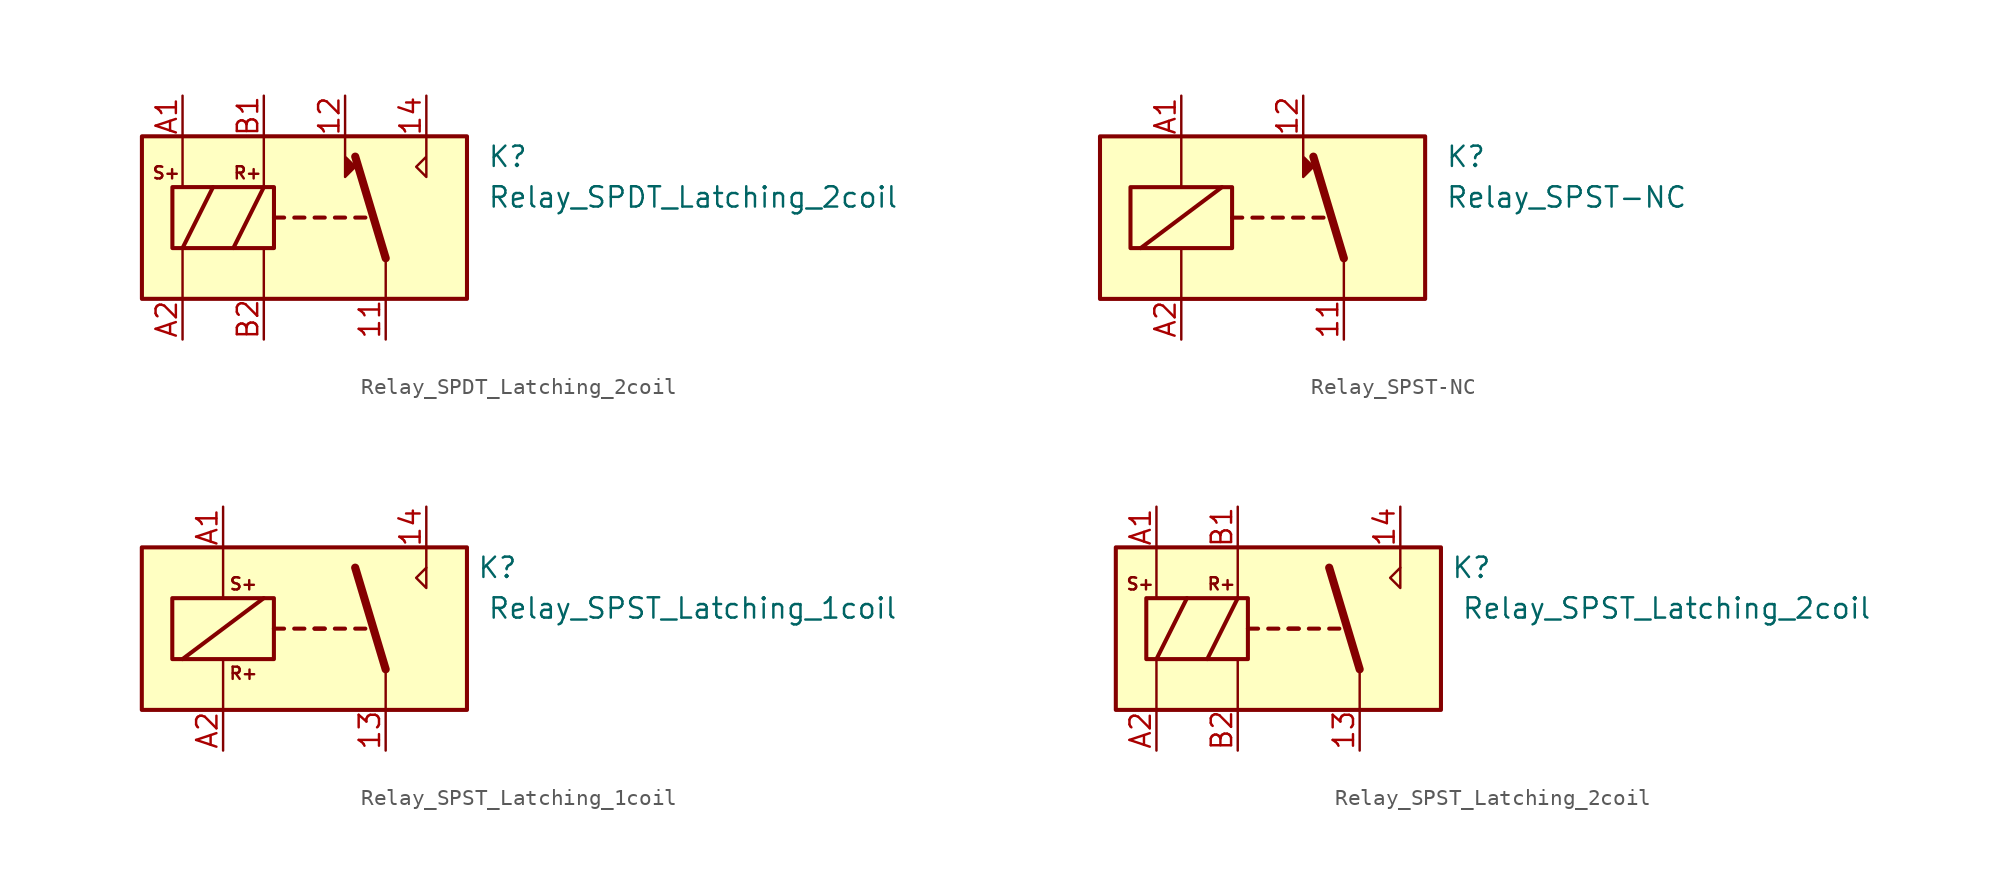
<source format=kicad_sym>
(kicad_symbol_lib
  (version 20231120)
  (generator "kicad_symbol_editor")
  (generator_version "8.0")
  (symbol "Relay_SPDT_Latching_2coil"
    (property "Reference" "K"
      (at 11.43 3.81 0)
      (effects (font (size 1.27 1.27)) (justify left)))
    (property "Value" "Relay_SPDT_Latching_2coil"
      (at 11.43 1.27 0)
      (effects (font (size 1.27 1.27)) (justify left)))
    (symbol "Relay_SPDT_Latching_2coil_0_0"
      (polyline (pts (xy 7.62 5.08) (xy 7.62 2.54) (xy 6.985 3.175) (xy 7.62 3.81)) (stroke (width 0) (type default)) (fill (type none))))
    (symbol "Relay_SPDT_Latching_2coil_0_1"
      (rectangle (start -8.255 1.905) (end -1.905 -1.905) (stroke (width 0.254) (type default)) (fill (type none)))
      (polyline (pts (xy -7.62 -5.08) (xy -7.62 -1.905)) (stroke (width 0) (type default)) (fill (type none)))
      (polyline (pts (xy -7.62 5.08) (xy -7.62 1.905)) (stroke (width 0) (type default)) (fill (type none)))
      (polyline (pts (xy -2.54 -5.08) (xy -2.54 -1.905)) (stroke (width 0) (type default)) (fill (type none)))
      (polyline (pts (xy -2.54 5.08) (xy -2.54 1.905)) (stroke (width 0) (type default)) (fill (type none)))
      (polyline (pts (xy -1.905 0) (xy -1.27 0)) (stroke (width 0.254) (type default)) (fill (type none)))
      (polyline (pts (xy -0.635 0) (xy 0 0)) (stroke (width 0.254) (type default)) (fill (type none)))
      (polyline (pts (xy 0.635 0) (xy 1.27 0)) (stroke (width 0.254) (type default)) (fill (type none)))
      (polyline (pts (xy 1.905 0) (xy 2.54 0)) (stroke (width 0.254) (type default)) (fill (type none)))
      (polyline (pts (xy 3.175 0) (xy 3.81 0)) (stroke (width 0.254) (type default)) (fill (type none)))
      (polyline (pts (xy 5.08 -2.54) (xy 3.175 3.81)) (stroke (width 0.508) (type default)) (fill (type none)))
      (polyline (pts (xy 5.08 -2.54) (xy 5.08 -5.08)) (stroke (width 0) (type default)) (fill (type none)))
      (polyline (pts (xy 2.54 5.08) (xy 2.54 2.54) (xy 3.175 3.175) (xy 2.54 3.81)) (stroke (width 0) (type default)) (fill (type outline))))
    (symbol "Relay_SPDT_Latching_2coil_1_0"
      (text "R+" (at -3.556 2.794 0) (effects (font (size 0.762 0.762))))
      (text "S+" (at -8.636 2.794 0) (effects (font (size 0.762 0.762)))))
    (symbol "Relay_SPDT_Latching_2coil_1_1"
      (rectangle (start -10.16 5.08) (end 10.16 -5.08) (stroke (width 0.254) (type default)) (fill (type background)))
      (polyline (pts (xy -7.62 -1.905) (xy -5.715 1.905)) (stroke (width 0.254) (type default)) (fill (type none)))
      (polyline (pts (xy -4.445 -1.905) (xy -2.54 1.905)) (stroke (width 0.254) (type default)) (fill (type none)))
      (pin passive line (at 5.08 -7.62 90) (length 2.54) (name "~" (effects (font (size 1.27 1.27)))) (number "11" (effects (font (size 1.27 1.27)))))
      (pin passive line (at 2.54 7.62 270) (length 2.54) (name "~" (effects (font (size 1.27 1.27)))) (number "12" (effects (font (size 1.27 1.27)))))
      (pin passive line (at 7.62 7.62 270) (length 2.54) (name "~" (effects (font (size 1.27 1.27)))) (number "14" (effects (font (size 1.27 1.27)))))
      (pin passive line (at -7.62 7.62 270) (length 2.54) (name "~" (effects (font (size 1.27 1.27)))) (number "A1" (effects (font (size 1.27 1.27)))))
      (pin passive line (at -7.62 -7.62 90) (length 2.54) (name "~" (effects (font (size 1.27 1.27)))) (number "A2" (effects (font (size 1.27 1.27)))))
      (pin passive line (at -2.54 7.62 270) (length 2.54) (name "~" (effects (font (size 1.27 1.27)))) (number "B1" (effects (font (size 1.27 1.27)))))
      (pin passive line (at -2.54 -7.62 90) (length 2.54) (name "~" (effects (font (size 1.27 1.27)))) (number "B2" (effects (font (size 1.27 1.27)))))))
  (symbol "Relay_SPST-NC"
    (property "Reference" "K"
      (at 11.43 3.81 0)
      (effects (font (size 1.27 1.27)) (justify left)))
    (property "Value" "Relay_SPST-NC"
      (at 11.43 1.27 0)
      (effects (font (size 1.27 1.27)) (justify left)))
    (symbol "Relay_SPST-NC_0_1"
      (rectangle (start -8.255 1.905) (end -1.905 -1.905) (stroke (width 0.254) (type default)) (fill (type none)))
      (polyline (pts (xy -7.62 -1.905) (xy -2.54 1.905)) (stroke (width 0.254) (type default)) (fill (type none)))
      (polyline (pts (xy -5.08 -5.08) (xy -5.08 -1.905)) (stroke (width 0) (type default)) (fill (type none)))
      (polyline (pts (xy -5.08 5.08) (xy -5.08 1.905)) (stroke (width 0) (type default)) (fill (type none)))
      (polyline (pts (xy -1.905 0) (xy -1.27 0)) (stroke (width 0.254) (type default)) (fill (type none)))
      (polyline (pts (xy -0.635 0) (xy 0 0)) (stroke (width 0.254) (type default)) (fill (type none)))
      (polyline (pts (xy 0.635 0) (xy 1.27 0)) (stroke (width 0.254) (type default)) (fill (type none)))
      (polyline (pts (xy 1.905 0) (xy 2.54 0)) (stroke (width 0.254) (type default)) (fill (type none)))
      (polyline (pts (xy 3.175 0) (xy 3.81 0)) (stroke (width 0.254) (type default)) (fill (type none)))
      (polyline (pts (xy 5.08 -2.54) (xy 3.175 3.81)) (stroke (width 0.508) (type default)) (fill (type none)))
      (polyline (pts (xy 5.08 -2.54) (xy 5.08 -5.08)) (stroke (width 0) (type default)) (fill (type none)))
      (polyline (pts (xy 2.54 5.08) (xy 2.54 2.54) (xy 3.175 3.175) (xy 2.54 3.81)) (stroke (width 0) (type default)) (fill (type outline))))
    (symbol "Relay_SPST-NC_1_1"
      (rectangle (start -10.16 5.08) (end 10.16 -5.08) (stroke (width 0.254) (type default)) (fill (type background)))
      (pin passive line (at 5.08 -7.62 90) (length 2.54) (name "~" (effects (font (size 1.27 1.27)))) (number "11" (effects (font (size 1.27 1.27)))))
      (pin passive line (at 2.54 7.62 270) (length 2.54) (name "~" (effects (font (size 1.27 1.27)))) (number "12" (effects (font (size 1.27 1.27)))))
      (pin passive line (at -5.08 7.62 270) (length 2.54) (name "~" (effects (font (size 1.27 1.27)))) (number "A1" (effects (font (size 1.27 1.27)))))
      (pin passive line (at -5.08 -7.62 90) (length 2.54) (name "~" (effects (font (size 1.27 1.27)))) (number "A2" (effects (font (size 1.27 1.27)))))))
  (symbol "Relay_SPST_Latching_1coil"
    (property "Reference" "K"
      (at 12.065 3.81 0)
      (effects (font (size 1.27 1.27))))
    (property "Value" "Relay_SPST_Latching_1coil"
      (at 11.43 1.27 0)
      (effects (font (size 1.27 1.27)) (justify left)))
    (symbol "Relay_SPST_Latching_1coil_1_1"
      (rectangle (start -10.16 5.08) (end 10.16 -5.08) (stroke (width 0.254) (type default)) (fill (type background)))
      (rectangle (start -8.255 1.905) (end -1.905 -1.905) (stroke (width 0.254) (type default)) (fill (type none)))
      (polyline (pts (xy -7.62 -1.905) (xy -2.54 1.905)) (stroke (width 0.254) (type default)) (fill (type none)))
      (polyline (pts (xy -5.08 -5.08) (xy -5.08 -1.905)) (stroke (width 0) (type default)) (fill (type none)))
      (polyline (pts (xy -5.08 5.08) (xy -5.08 1.905)) (stroke (width 0) (type default)) (fill (type none)))
      (polyline (pts (xy -1.905 0) (xy -1.27 0)) (stroke (width 0.254) (type default)) (fill (type none)))
      (polyline (pts (xy -0.635 0) (xy 0 0)) (stroke (width 0.254) (type default)) (fill (type none)))
      (polyline (pts (xy 0.635 0) (xy 1.27 0)) (stroke (width 0.254) (type default)) (fill (type none)))
      (polyline (pts (xy 0.635 0) (xy 1.27 0)) (stroke (width 0.254) (type default)) (fill (type none)))
      (polyline (pts (xy 1.905 0) (xy 2.54 0)) (stroke (width 0.254) (type default)) (fill (type none)))
      (polyline (pts (xy 3.175 0) (xy 3.81 0)) (stroke (width 0.254) (type default)) (fill (type none)))
      (polyline (pts (xy 5.08 -2.54) (xy 3.175 3.81)) (stroke (width 0.508) (type default)) (fill (type none)))
      (polyline (pts (xy 5.08 -2.54) (xy 5.08 -5.08)) (stroke (width 0) (type default)) (fill (type none)))
      (polyline (pts (xy 7.62 3.81) (xy 7.62 5.08)) (stroke (width 0) (type default)) (fill (type none)))
      (polyline (pts (xy 7.62 3.81) (xy 7.62 2.54) (xy 6.985 3.175) (xy 7.62 3.81)) (stroke (width 0) (type default)) (fill (type none)))
      (text "R+" (at -3.81 -2.794 0) (effects (font (size 0.762 0.762))))
      (text "S+" (at -3.81 2.794 0) (effects (font (size 0.762 0.762))))
      (pin passive line (at 5.08 -7.62 90) (length 2.54) (name "~" (effects (font (size 1.27 1.27)))) (number "13" (effects (font (size 1.27 1.27)))))
      (pin passive line (at 7.62 7.62 270) (length 2.54) (name "~" (effects (font (size 1.27 1.27)))) (number "14" (effects (font (size 1.27 1.27)))))
      (pin passive line (at -5.08 7.62 270) (length 2.54) (name "~" (effects (font (size 1.27 1.27)))) (number "A1" (effects (font (size 1.27 1.27)))))
      (pin passive line (at -5.08 -7.62 90) (length 2.54) (name "~" (effects (font (size 1.27 1.27)))) (number "A2" (effects (font (size 1.27 1.27)))))))
  (symbol "Relay_SPST_Latching_2coil"
    (property "Reference" "K"
      (at 12.065 3.81 0)
      (effects (font (size 1.27 1.27))))
    (property "Value" "Relay_SPST_Latching_2coil"
      (at 11.43 1.27 0)
      (effects (font (size 1.27 1.27)) (justify left)))
    (symbol "Relay_SPST_Latching_2coil_0_1"
      (polyline (pts (xy -7.62 -5.08) (xy -7.62 -1.905)) (stroke (width 0) (type default)) (fill (type none)))
      (polyline (pts (xy -7.62 5.08) (xy -7.62 1.905)) (stroke (width 0) (type default)) (fill (type none)))
      (polyline (pts (xy -2.54 -5.08) (xy -2.54 -1.905)) (stroke (width 0) (type default)) (fill (type none)))
      (polyline (pts (xy -2.54 5.08) (xy -2.54 1.905)) (stroke (width 0) (type default)) (fill (type none))))
    (symbol "Relay_SPST_Latching_2coil_1_0"
      (text "R+" (at -3.556 2.794 0) (effects (font (size 0.762 0.762))))
      (text "S+" (at -8.636 2.794 0) (effects (font (size 0.762 0.762)))))
    (symbol "Relay_SPST_Latching_2coil_1_1"
      (rectangle (start -10.16 5.08) (end 10.16 -5.08) (stroke (width 0.254) (type default)) (fill (type background)))
      (rectangle (start -8.255 1.905) (end -1.905 -1.905) (stroke (width 0.254) (type default)) (fill (type none)))
      (polyline (pts (xy -7.62 -1.905) (xy -5.715 1.905)) (stroke (width 0.254) (type default)) (fill (type none)))
      (polyline (pts (xy -4.445 -1.905) (xy -2.54 1.905)) (stroke (width 0.254) (type default)) (fill (type none)))
      (polyline (pts (xy -1.905 0) (xy -1.27 0)) (stroke (width 0.254) (type default)) (fill (type none)))
      (polyline (pts (xy -0.635 0) (xy 0 0)) (stroke (width 0.254) (type default)) (fill (type none)))
      (polyline (pts (xy 0.635 0) (xy 1.27 0)) (stroke (width 0.254) (type default)) (fill (type none)))
      (polyline (pts (xy 0.635 0) (xy 1.27 0)) (stroke (width 0.254) (type default)) (fill (type none)))
      (polyline (pts (xy 1.905 0) (xy 2.54 0)) (stroke (width 0.254) (type default)) (fill (type none)))
      (polyline (pts (xy 3.175 0) (xy 3.81 0)) (stroke (width 0.254) (type default)) (fill (type none)))
      (polyline (pts (xy 5.08 -2.54) (xy 3.175 3.81)) (stroke (width 0.508) (type default)) (fill (type none)))
      (polyline (pts (xy 5.08 -2.54) (xy 5.08 -5.08)) (stroke (width 0) (type default)) (fill (type none)))
      (polyline (pts (xy 7.62 3.81) (xy 7.62 5.08)) (stroke (width 0) (type default)) (fill (type none)))
      (polyline (pts (xy 7.62 3.81) (xy 7.62 2.54) (xy 6.985 3.175) (xy 7.62 3.81)) (stroke (width 0) (type default)) (fill (type none)))
      (pin passive line (at 5.08 -7.62 90) (length 2.54) (name "~" (effects (font (size 1.27 1.27)))) (number "13" (effects (font (size 1.27 1.27)))))
      (pin passive line (at 7.62 7.62 270) (length 2.54) (name "~" (effects (font (size 1.27 1.27)))) (number "14" (effects (font (size 1.27 1.27)))))
      (pin passive line (at -7.62 7.62 270) (length 2.54) (name "~" (effects (font (size 1.27 1.27)))) (number "A1" (effects (font (size 1.27 1.27)))))
      (pin passive line (at -7.62 -7.62 90) (length 2.54) (name "~" (effects (font (size 1.27 1.27)))) (number "A2" (effects (font (size 1.27 1.27)))))
      (pin passive line (at -2.54 7.62 270) (length 2.54) (name "~" (effects (font (size 1.27 1.27)))) (number "B1" (effects (font (size 1.27 1.27)))))
      (pin passive line (at -2.54 -7.62 90) (length 2.54) (name "~" (effects (font (size 1.27 1.27)))) (number "B2" (effects (font (size 1.27 1.27))))))))
</source>
